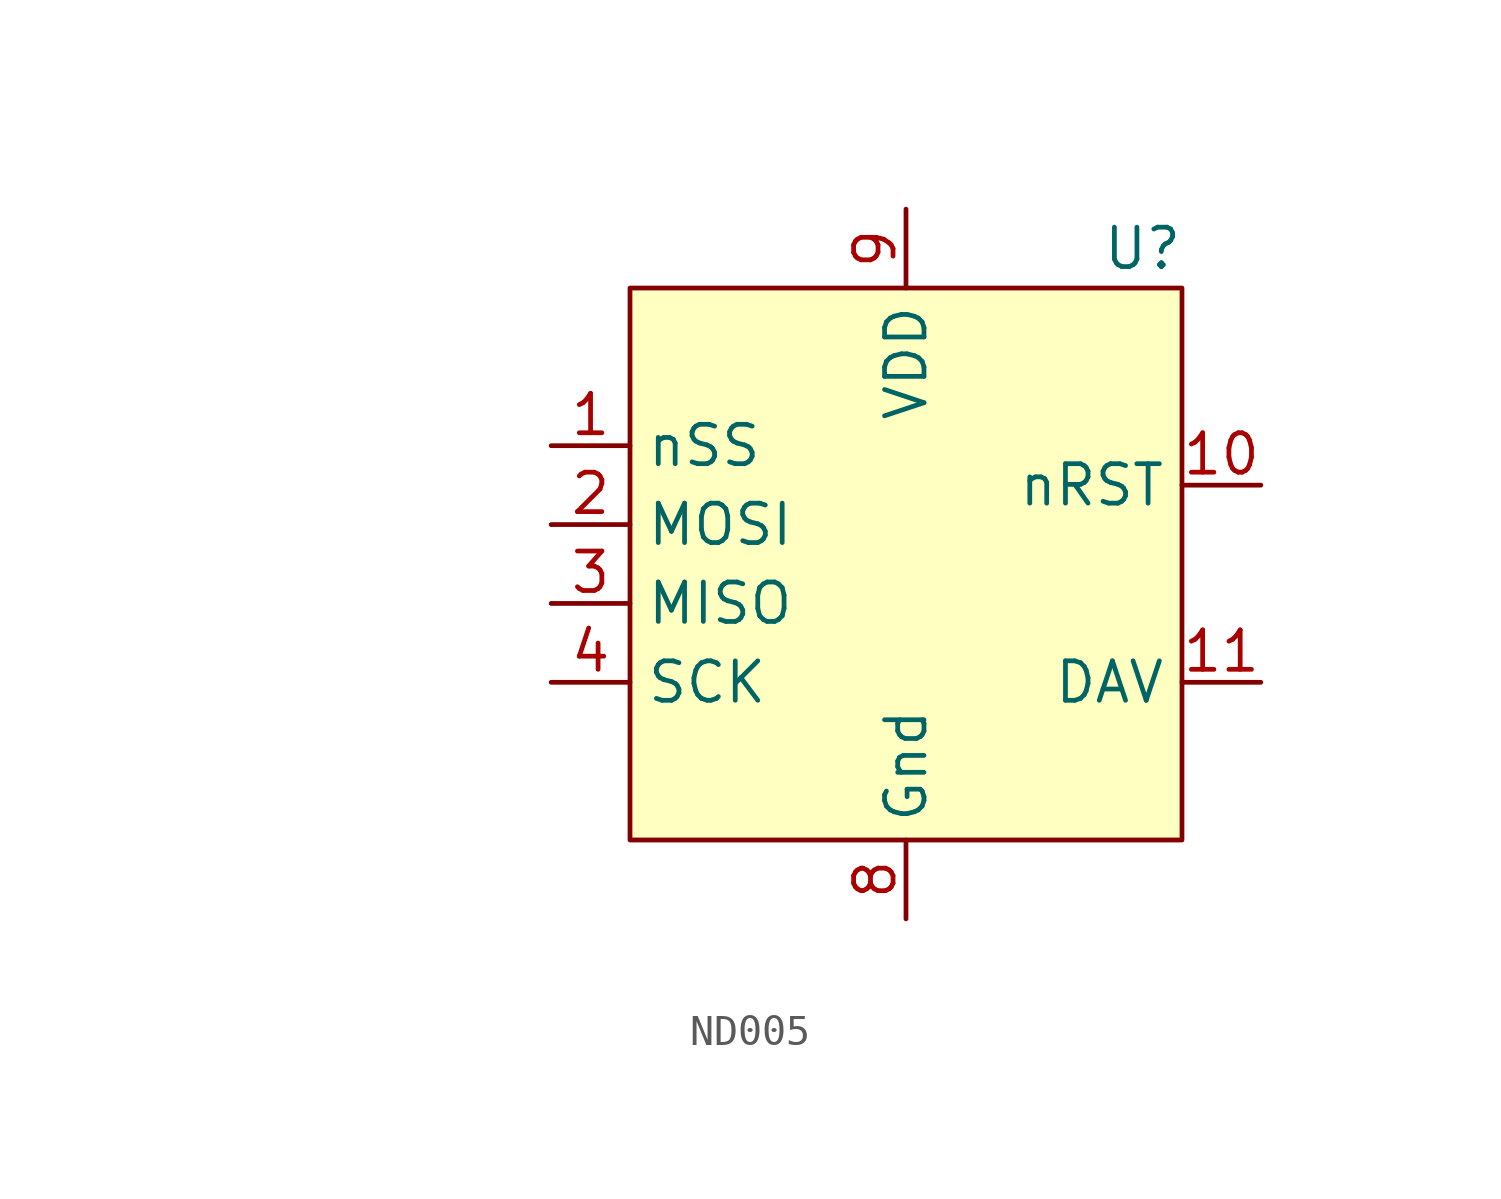
<source format=kicad_sym>
(kicad_symbol_lib
  (version 20220914)
  (generator kicad_symbol_editor)
  (symbol "ND005"
    (property "Reference" "U"
      (at 7.62 10.16 0)
      (effects (font (size 1.27 1.27))))
    (property "Value" ""
      (at -21.59 11.43 0)
      (effects (font (size 1.27 1.27))))
    (symbol "ND005_1_1"
      (rectangle (start -8.89 8.89) (end 8.89 -8.89) (stroke (width 0) (type default)) (fill (type background)))
      (pin input line (at -11.43 3.81 0) (length 2.54) (name "nSS" (effects (font (size 1.27 1.27)))) (number "1" (effects (font (size 1.27 1.27)))))
      (pin input line (at 11.43 2.54 180) (length 2.54) (name "nRST" (effects (font (size 1.27 1.27)))) (number "10" (effects (font (size 1.27 1.27)))))
      (pin output line (at 11.43 -3.81 180) (length 2.54) (name "DAV" (effects (font (size 1.27 1.27)))) (number "11" (effects (font (size 1.27 1.27)))))
      (pin input line (at -11.43 1.27 0) (length 2.54) (name "MOSI" (effects (font (size 1.27 1.27)))) (number "2" (effects (font (size 1.27 1.27)))))
      (pin bidirectional line (at -11.43 -1.27 0) (length 2.54) (name "MISO" (effects (font (size 1.27 1.27)))) (number "3" (effects (font (size 1.27 1.27)))))
      (pin input line (at -11.43 -3.81 0) (length 2.54) (name "SCK" (effects (font (size 1.27 1.27)))) (number "4" (effects (font (size 1.27 1.27)))))
      (pin no_connect line (at -1.27 2.54 180) (length 2.54) hide (name "DNC" (effects (font (size 1.27 1.27)))) (number "5" (effects (font (size 1.27 1.27)))))
      (pin no_connect line (at -1.27 -2.54 180) (length 2.54) hide (name "DNC" (effects (font (size 1.27 1.27)))) (number "6" (effects (font (size 1.27 1.27)))))
      (pin no_connect line (at -1.27 0 180) (length 2.54) hide (name "DNC" (effects (font (size 1.27 1.27)))) (number "7" (effects (font (size 1.27 1.27)))))
      (pin power_in line (at 0 -11.43 90) (length 2.54) (name "Gnd" (effects (font (size 1.27 1.27)))) (number "8" (effects (font (size 1.27 1.27)))))
      (pin power_in line (at 0 11.43 270) (length 2.54) (name "VDD" (effects (font (size 1.27 1.27)))) (number "9" (effects (font (size 1.27 1.27))))))))
</source>
